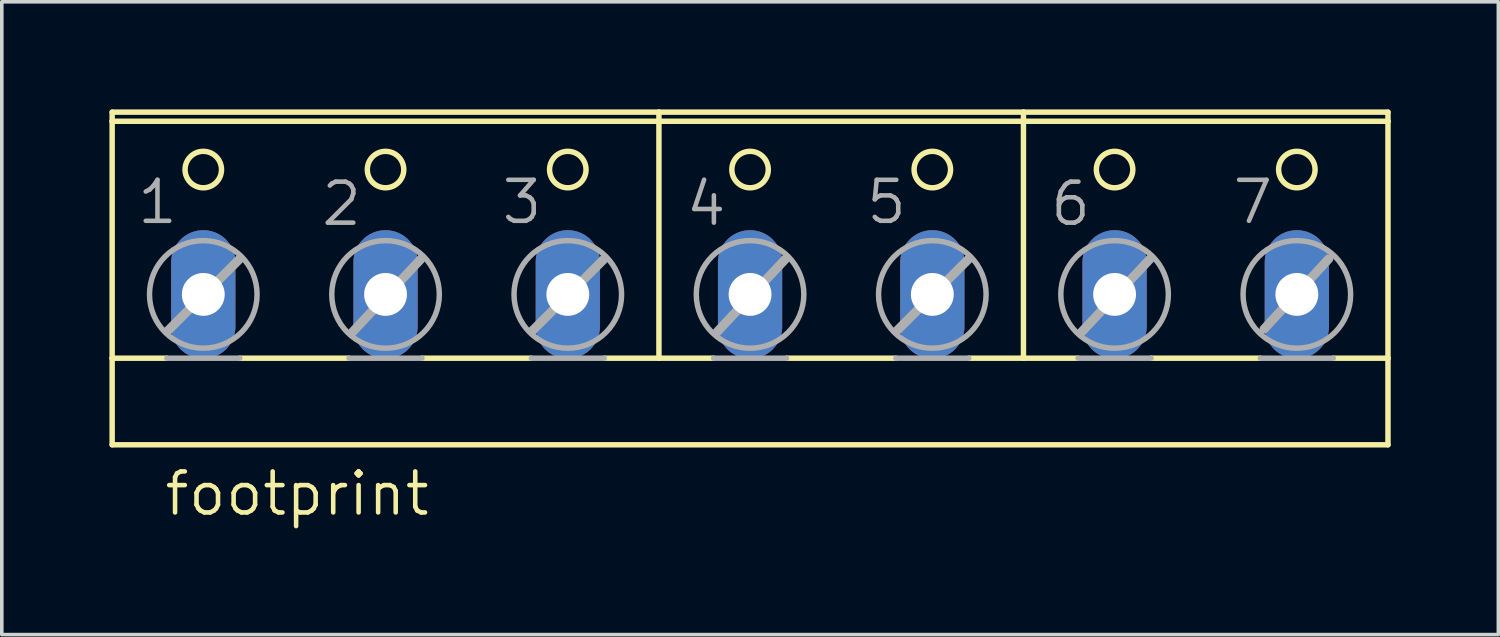
<source format=kicad_pcb>
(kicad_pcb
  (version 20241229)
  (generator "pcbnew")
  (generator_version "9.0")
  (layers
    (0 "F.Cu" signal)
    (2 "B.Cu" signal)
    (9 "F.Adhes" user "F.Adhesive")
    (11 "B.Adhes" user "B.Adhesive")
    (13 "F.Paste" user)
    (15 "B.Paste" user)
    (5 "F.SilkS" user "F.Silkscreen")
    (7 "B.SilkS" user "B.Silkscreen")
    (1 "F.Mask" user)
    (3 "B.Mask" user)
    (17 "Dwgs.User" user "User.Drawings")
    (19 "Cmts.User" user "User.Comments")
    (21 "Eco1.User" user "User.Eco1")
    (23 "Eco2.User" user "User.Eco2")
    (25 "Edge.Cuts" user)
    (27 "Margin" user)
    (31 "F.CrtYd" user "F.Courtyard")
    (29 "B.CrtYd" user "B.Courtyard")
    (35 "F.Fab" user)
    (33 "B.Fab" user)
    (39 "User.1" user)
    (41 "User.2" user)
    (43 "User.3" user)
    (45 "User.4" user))
  (footprint "footprint"
    (layer "F.Cu")
    (at 17.856 4.521)
    (property "Reference" "footprint" (at -16.383 6.858 0) (layer "F.SilkS") (effects (font (size 1.143 1.143) (thickness 0.127)) (justify left bottom)))
    (fp_line (start -17.78 -4.191) (end -17.78 -4.445) (stroke (width 0.152) (type solid)) (layer "F.SilkS"))
    (fp_line (start -17.78 -4.191) (end 17.78 -4.191) (stroke (width 0.152) (type solid)) (layer "F.SilkS"))
    (fp_line (start -17.78 2.413) (end -17.78 -4.191) (stroke (width 0.152) (type solid)) (layer "F.SilkS"))
    (fp_line (start -17.78 2.413) (end -16.256 2.413) (stroke (width 0.152) (type solid)) (layer "F.SilkS"))
    (fp_line (start -17.78 4.826) (end -17.78 2.413) (stroke (width 0.152) (type solid)) (layer "F.SilkS"))
    (fp_line (start -17.78 4.826) (end 17.78 4.826) (stroke (width 0.152) (type solid)) (layer "F.SilkS"))
    (fp_line (start -14.224 2.413) (end -11.176 2.413) (stroke (width 0.152) (type solid)) (layer "F.SilkS"))
    (fp_line (start -9.144 2.413) (end -6.096 2.413) (stroke (width 0.152) (type solid)) (layer "F.SilkS"))
    (fp_line (start -4.064 2.413) (end -2.54 2.413) (stroke (width 0.152) (type solid)) (layer "F.SilkS"))
    (fp_line (start -2.54 -4.445) (end -17.78 -4.445) (stroke (width 0.152) (type solid)) (layer "F.SilkS"))
    (fp_line (start -2.54 -4.445) (end -2.54 2.413) (stroke (width 0.152) (type solid)) (layer "F.SilkS"))
    (fp_line (start -2.54 2.413) (end -1.016 2.413) (stroke (width 0.152) (type solid)) (layer "F.SilkS"))
    (fp_line (start 1.016 2.413) (end 4.064 2.413) (stroke (width 0.152) (type solid)) (layer "F.SilkS"))
    (fp_line (start 6.096 2.413) (end 7.62 2.413) (stroke (width 0.152) (type solid)) (layer "F.SilkS"))
    (fp_line (start 7.62 -4.445) (end -2.54 -4.445) (stroke (width 0.152) (type solid)) (layer "F.SilkS"))
    (fp_line (start 7.62 -4.445) (end 7.62 2.413) (stroke (width 0.152) (type solid)) (layer "F.SilkS"))
    (fp_line (start 7.62 2.413) (end 9.144 2.413) (stroke (width 0.152) (type solid)) (layer "F.SilkS"))
    (fp_line (start 11.176 2.413) (end 14.224 2.413) (stroke (width 0.152) (type solid)) (layer "F.SilkS"))
    (fp_line (start 16.256 2.413) (end 17.78 2.413) (stroke (width 0.152) (type solid)) (layer "F.SilkS"))
    (fp_line (start 17.78 -4.445) (end 7.62 -4.445) (stroke (width 0.152) (type solid)) (layer "F.SilkS"))
    (fp_line (start 17.78 -4.445) (end 17.78 -4.191) (stroke (width 0.152) (type solid)) (layer "F.SilkS"))
    (fp_line (start 17.78 -4.191) (end 17.78 2.413) (stroke (width 0.152) (type solid)) (layer "F.SilkS"))
    (fp_line (start 17.78 2.413) (end 17.78 4.826) (stroke (width 0.152) (type solid)) (layer "F.SilkS"))
    (fp_circle (center -15.24 -2.845) (end -14.732 -2.845) (stroke (width 0.152) (type solid)) (fill no) (layer "F.SilkS"))
    (fp_circle (center -10.16 -2.845) (end -9.652 -2.845) (stroke (width 0.152) (type solid)) (fill no) (layer "F.SilkS"))
    (fp_circle (center -5.08 -2.845) (end -4.572 -2.845) (stroke (width 0.152) (type solid)) (fill no) (layer "F.SilkS"))
    (fp_circle (center 0 -2.845) (end 0.508 -2.845) (stroke (width 0.152) (type solid)) (fill no) (layer "F.SilkS"))
    (fp_circle (center 5.08 -2.845) (end 5.588 -2.845) (stroke (width 0.152) (type solid)) (fill no) (layer "F.SilkS"))
    (fp_circle (center 10.16 -2.845) (end 10.668 -2.845) (stroke (width 0.152) (type solid)) (fill no) (layer "F.SilkS"))
    (fp_circle (center 15.24 -2.845) (end 15.748 -2.845) (stroke (width 0.152) (type solid)) (fill no) (layer "F.SilkS"))
    (fp_line (start -16.256 2.413) (end -14.224 2.413) (stroke (width 0.152) (type solid)) (layer "F.Fab"))
    (fp_line (start -16.231 1.651) (end -14.224 -0.356) (stroke (width 0.254) (type solid)) (layer "F.Fab"))
    (fp_line (start -11.176 2.413) (end -9.144 2.413) (stroke (width 0.152) (type solid)) (layer "F.Fab"))
    (fp_line (start -11.074 1.676) (end -9.169 -0.356) (stroke (width 0.254) (type solid)) (layer "F.Fab"))
    (fp_line (start -6.096 2.413) (end -4.064 2.413) (stroke (width 0.152) (type solid)) (layer "F.Fab"))
    (fp_line (start -6.071 1.651) (end -4.064 -0.356) (stroke (width 0.254) (type solid)) (layer "F.Fab"))
    (fp_line (start -1.016 2.413) (end 1.016 2.413) (stroke (width 0.152) (type solid)) (layer "F.Fab"))
    (fp_line (start -0.914 1.676) (end 0.991 -0.356) (stroke (width 0.254) (type solid)) (layer "F.Fab"))
    (fp_line (start 4.064 2.413) (end 6.096 2.413) (stroke (width 0.152) (type solid)) (layer "F.Fab"))
    (fp_line (start 4.089 1.651) (end 6.096 -0.356) (stroke (width 0.254) (type solid)) (layer "F.Fab"))
    (fp_line (start 9.144 2.413) (end 11.176 2.413) (stroke (width 0.152) (type solid)) (layer "F.Fab"))
    (fp_line (start 9.246 1.676) (end 11.151 -0.356) (stroke (width 0.254) (type solid)) (layer "F.Fab"))
    (fp_line (start 14.224 2.413) (end 16.256 2.413) (stroke (width 0.152) (type solid)) (layer "F.Fab"))
    (fp_line (start 14.326 1.6) (end 16.129 -0.356) (stroke (width 0.254) (type solid)) (layer "F.Fab"))
    (fp_circle (center -15.24 0.635) (end -13.741 0.635) (stroke (width 0.152) (type solid)) (fill no) (layer "F.Fab"))
    (fp_circle (center -10.16 0.635) (end -8.661 0.635) (stroke (width 0.152) (type solid)) (fill no) (layer "F.Fab"))
    (fp_circle (center -5.08 0.635) (end -3.581 0.635) (stroke (width 0.152) (type solid)) (fill no) (layer "F.Fab"))
    (fp_circle (center 0 0.635) (end 1.499 0.635) (stroke (width 0.152) (type solid)) (fill no) (layer "F.Fab"))
    (fp_circle (center 5.08 0.635) (end 6.579 0.635) (stroke (width 0.152) (type solid)) (fill no) (layer "F.Fab"))
    (fp_circle (center 10.16 0.635) (end 11.659 0.635) (stroke (width 0.152) (type solid)) (fill no) (layer "F.Fab"))
    (fp_circle (center 15.24 0.635) (end 16.739 0.635) (stroke (width 0.152) (type solid)) (fill no) (layer "F.Fab"))
    (fp_text user "7" (at 13.386 -1.27 0) (layer "F.Fab") (effects (font (size 1.143 1.143) (thickness 0.127)) (justify left bottom)))
    (fp_text user "4" (at -1.854 -1.219 0) (layer "F.Fab") (effects (font (size 1.143 1.143) (thickness 0.127)) (justify left bottom)))
    (fp_text user "3" (at -6.985 -1.27 0) (layer "F.Fab") (effects (font (size 1.143 1.143) (thickness 0.127)) (justify left bottom)))
    (fp_text user "1" (at -17.145 -1.27 0) (layer "F.Fab") (effects (font (size 1.143 1.143) (thickness 0.127)) (justify left bottom)))
    (fp_text user "6" (at 8.306 -1.219 0) (layer "F.Fab") (effects (font (size 1.143 1.143) (thickness 0.127)) (justify left bottom)))
    (fp_text user "5" (at 3.175 -1.27 0) (layer "F.Fab") (effects (font (size 1.143 1.143) (thickness 0.127)) (justify left bottom)))
    (fp_text user "2" (at -12.014 -1.219 0) (layer "F.Fab") (effects (font (size 1.143 1.143) (thickness 0.127)) (justify left bottom)))
    (pad "1" thru_hole oval (at -15.24 0.635 90) (size 3.581 1.791) (drill 1.194) (layers "*.Cu" "*.Mask"))
    (pad "2" thru_hole oval (at -10.16 0.635 90) (size 3.581 1.791) (drill 1.194) (layers "*.Cu" "*.Mask"))
    (pad "3" thru_hole oval (at -5.08 0.635 90) (size 3.581 1.791) (drill 1.194) (layers "*.Cu" "*.Mask"))
    (pad "4" thru_hole oval (at 0 0.635 90) (size 3.581 1.791) (drill 1.194) (layers "*.Cu" "*.Mask"))
    (pad "5" thru_hole oval (at 5.08 0.635 90) (size 3.581 1.791) (drill 1.194) (layers "*.Cu" "*.Mask"))
    (pad "6" thru_hole oval (at 10.16 0.635 90) (size 3.581 1.791) (drill 1.194) (layers "*.Cu" "*.Mask"))
    (pad "7" thru_hole oval (at 15.24 0.635 90) (size 3.581 1.791) (drill 1.194) (layers "*.Cu" "*.Mask")))
  (gr_rect
    (start -3 -3)
    (end 38.712 14.638)
    (stroke (width 0.1) (type default))
    (fill no)
    (layer "Edge.Cuts")))
</source>
